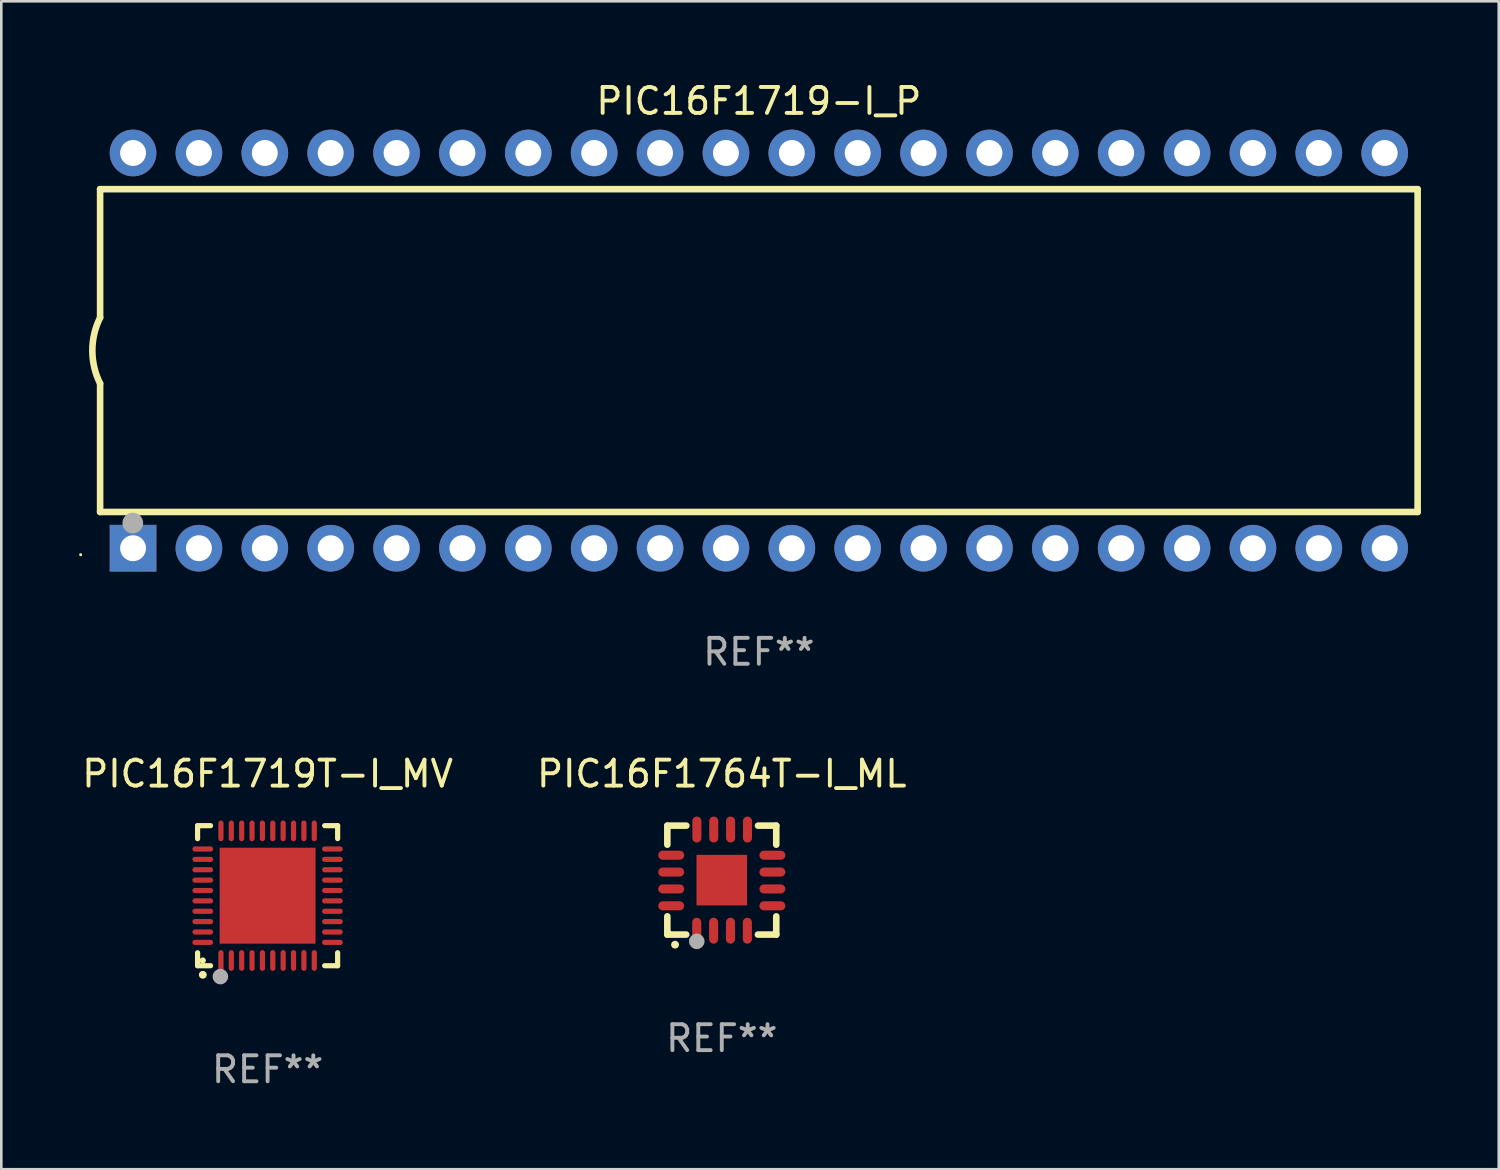
<source format=kicad_pcb>
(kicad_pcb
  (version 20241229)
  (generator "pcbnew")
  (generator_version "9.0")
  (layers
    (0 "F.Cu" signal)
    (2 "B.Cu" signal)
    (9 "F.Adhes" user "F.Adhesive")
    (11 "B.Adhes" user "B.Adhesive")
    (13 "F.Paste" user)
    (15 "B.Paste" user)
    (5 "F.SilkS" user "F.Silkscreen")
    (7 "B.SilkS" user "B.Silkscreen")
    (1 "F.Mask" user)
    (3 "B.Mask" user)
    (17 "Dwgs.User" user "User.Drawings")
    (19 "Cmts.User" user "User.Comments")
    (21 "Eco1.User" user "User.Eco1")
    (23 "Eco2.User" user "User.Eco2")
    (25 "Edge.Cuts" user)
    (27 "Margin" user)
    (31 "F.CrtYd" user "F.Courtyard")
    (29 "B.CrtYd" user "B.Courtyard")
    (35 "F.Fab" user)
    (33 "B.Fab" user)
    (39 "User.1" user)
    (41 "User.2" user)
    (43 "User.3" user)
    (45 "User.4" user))
  (footprint "PIC16F1719T-I_MV"
    (layer "F.Cu")
    (at 7.268 31.485)
    (property "Reference" "PIC16F1719T-I_MV" (at 0 -4.7 0) (layer "F.SilkS") (effects (font (size 1 1) (thickness 0.15))))
    (attr through_hole)
    (fp_line (start -2.7 -2.7) (end -2.7 -2.2) (stroke (width 0.2) (type solid)) (layer "F.SilkS"))
    (fp_line (start -2.7 2.7) (end -2.7 2.2) (stroke (width 0.2) (type solid)) (layer "F.SilkS"))
    (fp_line (start -2.2 -2.7) (end -2.7 -2.7) (stroke (width 0.2) (type solid)) (layer "F.SilkS"))
    (fp_line (start -2.2 2.7) (end -2.7 2.7) (stroke (width 0.2) (type solid)) (layer "F.SilkS"))
    (fp_line (start 2.7 -2.7) (end 2.2 -2.7) (stroke (width 0.2) (type solid)) (layer "F.SilkS"))
    (fp_line (start 2.7 -2.2) (end 2.7 -2.7) (stroke (width 0.2) (type solid)) (layer "F.SilkS"))
    (fp_line (start 2.7 2.2) (end 2.7 2.7) (stroke (width 0.2) (type solid)) (layer "F.SilkS"))
    (fp_line (start 2.7 2.7) (end 2.2 2.7) (stroke (width 0.2) (type solid)) (layer "F.SilkS"))
    (fp_arc (start -2.499365 3.050546) (mid -2.498095 3.050541) (end -2.496825 3.050546) (stroke (width 0.3) (type solid)) (layer "F.SilkS"))
    (fp_circle (center -2.5 2.5) (end -2.44 2.5) (stroke (width 0.12) (type solid)) (fill no) (layer "F.SilkS"))
    (fp_circle (center -1.82 3.12) (end -1.67 3.12) (stroke (width 0.3) (type solid)) (fill no) (layer "F.Fab"))
    (fp_text user "REF**" (at 0 6.7 0) (layer "F.Fab") (effects (font (size 1 1) (thickness 0.15))))
    (pad "1" smd oval (at -1.8 2.499) (size 0.2 0.8) (layers "F.Cu" "F.Mask" "F.Paste"))
    (pad "2" smd oval (at -1.4 2.499) (size 0.2 0.8) (layers "F.Cu" "F.Mask" "F.Paste"))
    (pad "3" smd oval (at -1 2.499) (size 0.2 0.8) (layers "F.Cu" "F.Mask" "F.Paste"))
    (pad "4" smd oval (at -0.6 2.499) (size 0.2 0.8) (layers "F.Cu" "F.Mask" "F.Paste"))
    (pad "5" smd oval (at -0.2 2.499) (size 0.2 0.8) (layers "F.Cu" "F.Mask" "F.Paste"))
    (pad "6" smd oval (at 0.2 2.499) (size 0.2 0.8) (layers "F.Cu" "F.Mask" "F.Paste"))
    (pad "7" smd oval (at 0.6 2.499) (size 0.2 0.8) (layers "F.Cu" "F.Mask" "F.Paste"))
    (pad "8" smd oval (at 1 2.499) (size 0.2 0.8) (layers "F.Cu" "F.Mask" "F.Paste"))
    (pad "9" smd oval (at 1.4 2.499) (size 0.2 0.8) (layers "F.Cu" "F.Mask" "F.Paste"))
    (pad "10" smd oval (at 1.8 2.499) (size 0.2 0.8) (layers "F.Cu" "F.Mask" "F.Paste"))
    (pad "11" smd oval (at 2.499 1.8) (size 0.8 0.2) (layers "F.Cu" "F.Mask" "F.Paste"))
    (pad "12" smd oval (at 2.499 1.4) (size 0.8 0.2) (layers "F.Cu" "F.Mask" "F.Paste"))
    (pad "13" smd oval (at 2.499 1) (size 0.8 0.2) (layers "F.Cu" "F.Mask" "F.Paste"))
    (pad "14" smd oval (at 2.499 0.6) (size 0.8 0.2) (layers "F.Cu" "F.Mask" "F.Paste"))
    (pad "15" smd oval (at 2.499 0.2) (size 0.8 0.2) (layers "F.Cu" "F.Mask" "F.Paste"))
    (pad "16" smd oval (at 2.499 -0.2) (size 0.8 0.2) (layers "F.Cu" "F.Mask" "F.Paste"))
    (pad "17" smd oval (at 2.499 -0.6) (size 0.8 0.2) (layers "F.Cu" "F.Mask" "F.Paste"))
    (pad "18" smd oval (at 2.499 -1) (size 0.8 0.2) (layers "F.Cu" "F.Mask" "F.Paste"))
    (pad "19" smd oval (at 2.499 -1.4) (size 0.8 0.2) (layers "F.Cu" "F.Mask" "F.Paste"))
    (pad "20" smd oval (at 2.499 -1.8) (size 0.8 0.2) (layers "F.Cu" "F.Mask" "F.Paste"))
    (pad "21" smd oval (at 1.8 -2.499) (size 0.2 0.8) (layers "F.Cu" "F.Mask" "F.Paste"))
    (pad "22" smd oval (at 1.4 -2.499) (size 0.2 0.8) (layers "F.Cu" "F.Mask" "F.Paste"))
    (pad "23" smd oval (at 1 -2.499) (size 0.2 0.8) (layers "F.Cu" "F.Mask" "F.Paste"))
    (pad "24" smd oval (at 0.6 -2.499) (size 0.2 0.8) (layers "F.Cu" "F.Mask" "F.Paste"))
    (pad "25" smd oval (at 0.2 -2.499) (size 0.2 0.8) (layers "F.Cu" "F.Mask" "F.Paste"))
    (pad "26" smd oval (at -0.2 -2.499) (size 0.2 0.8) (layers "F.Cu" "F.Mask" "F.Paste"))
    (pad "27" smd oval (at -0.6 -2.499) (size 0.2 0.8) (layers "F.Cu" "F.Mask" "F.Paste"))
    (pad "28" smd oval (at -1 -2.499) (size 0.2 0.8) (layers "F.Cu" "F.Mask" "F.Paste"))
    (pad "29" smd oval (at -1.4 -2.499) (size 0.2 0.8) (layers "F.Cu" "F.Mask" "F.Paste"))
    (pad "30" smd oval (at -1.8 -2.499) (size 0.2 0.8) (layers "F.Cu" "F.Mask" "F.Paste"))
    (pad "31" smd oval (at -2.499 -1.8) (size 0.8 0.2) (layers "F.Cu" "F.Mask" "F.Paste"))
    (pad "32" smd oval (at -2.499 -1.4) (size 0.8 0.2) (layers "F.Cu" "F.Mask" "F.Paste"))
    (pad "33" smd oval (at -2.499 -1) (size 0.8 0.2) (layers "F.Cu" "F.Mask" "F.Paste"))
    (pad "34" smd oval (at -2.499 -0.6) (size 0.8 0.2) (layers "F.Cu" "F.Mask" "F.Paste"))
    (pad "35" smd oval (at -2.499 -0.2) (size 0.8 0.2) (layers "F.Cu" "F.Mask" "F.Paste"))
    (pad "36" smd oval (at -2.499 0.2) (size 0.8 0.2) (layers "F.Cu" "F.Mask" "F.Paste"))
    (pad "37" smd oval (at -2.499 0.6) (size 0.8 0.2) (layers "F.Cu" "F.Mask" "F.Paste"))
    (pad "38" smd oval (at -2.499 1) (size 0.8 0.2) (layers "F.Cu" "F.Mask" "F.Paste"))
    (pad "39" smd oval (at -2.499 1.4) (size 0.8 0.2) (layers "F.Cu" "F.Mask" "F.Paste"))
    (pad "40" smd oval (at -2.499 1.8) (size 0.8 0.2) (layers "F.Cu" "F.Mask" "F.Paste"))
    (pad "41" smd rect (at 0 0) (size 3.7 3.7) (layers "F.Cu" "F.Mask" "F.Paste")))
  (footprint "PIC16F1719-I_P"
    (layer "F.Cu")
    (at 26.21 10.468)
    (property "Reference" "PIC16F1719-I_P" (at 0 -9.62 0) (layer "F.SilkS") (effects (font (size 1 1) (thickness 0.15))))
    (attr through_hole)
    (fp_line (start -25.4 -6.224) (end -25.4 -1.271) (stroke (width 0.254) (type solid)) (layer "F.SilkS"))
    (fp_line (start -25.4 -6.224) (end 25.4 -6.224) (stroke (width 0.254) (type solid)) (layer "F.SilkS"))
    (fp_line (start -25.4 1.269) (end -25.4 6.222) (stroke (width 0.254) (type solid)) (layer "F.SilkS"))
    (fp_line (start -25.4 6.222) (end 25.4 6.222) (stroke (width 0.254) (type solid)) (layer "F.SilkS"))
    (fp_line (start 25.4 6.222) (end 25.4 -6.224) (stroke (width 0.254) (type solid)) (layer "F.SilkS"))
    (fp_arc (start -25.4 1.269241) (mid -25.699807 -0.000762) (end -25.4 -1.270765) (stroke (width 0.254001) (type solid)) (layer "F.SilkS"))
    (fp_circle (center -26.15 7.87) (end -26.12 7.87) (stroke (width 0.06) (type solid)) (fill no) (layer "F.SilkS"))
    (fp_circle (center -24.14 6.65) (end -23.94 6.65) (stroke (width 0.4) (type solid)) (fill no) (layer "F.Fab"))
    (fp_text user "REF**" (at 0 11.62 0) (layer "F.Fab") (effects (font (size 1 1) (thickness 0.15))))
    (pad "1" thru_hole rect (at -24.13 7.62 90) (size 1.8 1.8) (drill 1) (layers "*.Cu" "*.Mask"))
    (pad "2" thru_hole circle (at -21.59 7.62) (size 1.8 1.8) (drill 1) (layers "*.Cu" "*.Mask"))
    (pad "3" thru_hole circle (at -19.05 7.62) (size 1.8 1.8) (drill 1) (layers "*.Cu" "*.Mask"))
    (pad "4" thru_hole circle (at -16.51 7.62) (size 1.8 1.8) (drill 1) (layers "*.Cu" "*.Mask"))
    (pad "5" thru_hole circle (at -13.97 7.62) (size 1.8 1.8) (drill 1) (layers "*.Cu" "*.Mask"))
    (pad "6" thru_hole circle (at -11.43 7.62) (size 1.8 1.8) (drill 1) (layers "*.Cu" "*.Mask"))
    (pad "7" thru_hole circle (at -8.89 7.62) (size 1.8 1.8) (drill 1) (layers "*.Cu" "*.Mask"))
    (pad "8" thru_hole circle (at -6.35 7.62) (size 1.8 1.8) (drill 1) (layers "*.Cu" "*.Mask"))
    (pad "9" thru_hole circle (at -3.81 7.62) (size 1.8 1.8) (drill 1) (layers "*.Cu" "*.Mask"))
    (pad "10" thru_hole circle (at -1.27 7.62) (size 1.8 1.8) (drill 1) (layers "*.Cu" "*.Mask"))
    (pad "11" thru_hole circle (at 1.27 7.62) (size 1.8 1.8) (drill 1) (layers "*.Cu" "*.Mask"))
    (pad "12" thru_hole circle (at 3.81 7.62) (size 1.8 1.8) (drill 1) (layers "*.Cu" "*.Mask"))
    (pad "13" thru_hole circle (at 6.35 7.62) (size 1.8 1.8) (drill 1) (layers "*.Cu" "*.Mask"))
    (pad "14" thru_hole circle (at 8.89 7.62) (size 1.8 1.8) (drill 1) (layers "*.Cu" "*.Mask"))
    (pad "15" thru_hole circle (at 11.43 7.62) (size 1.8 1.8) (drill 1) (layers "*.Cu" "*.Mask"))
    (pad "16" thru_hole circle (at 13.97 7.62) (size 1.8 1.8) (drill 1) (layers "*.Cu" "*.Mask"))
    (pad "17" thru_hole circle (at 16.51 7.62) (size 1.8 1.8) (drill 1) (layers "*.Cu" "*.Mask"))
    (pad "18" thru_hole circle (at 19.05 7.62) (size 1.8 1.8) (drill 1) (layers "*.Cu" "*.Mask"))
    (pad "19" thru_hole circle (at 21.59 7.62) (size 1.8 1.8) (drill 1) (layers "*.Cu" "*.Mask"))
    (pad "20" thru_hole circle (at 24.13 7.62) (size 1.8 1.8) (drill 1) (layers "*.Cu" "*.Mask"))
    (pad "21" thru_hole circle (at 24.13 -7.62) (size 1.8 1.8) (drill 1) (layers "*.Cu" "*.Mask"))
    (pad "22" thru_hole circle (at 21.59 -7.62) (size 1.8 1.8) (drill 1) (layers "*.Cu" "*.Mask"))
    (pad "23" thru_hole circle (at 19.05 -7.62) (size 1.8 1.8) (drill 1) (layers "*.Cu" "*.Mask"))
    (pad "24" thru_hole circle (at 16.51 -7.62) (size 1.8 1.8) (drill 1) (layers "*.Cu" "*.Mask"))
    (pad "25" thru_hole circle (at 13.97 -7.62) (size 1.8 1.8) (drill 1) (layers "*.Cu" "*.Mask"))
    (pad "26" thru_hole circle (at 11.43 -7.62) (size 1.8 1.8) (drill 1) (layers "*.Cu" "*.Mask"))
    (pad "27" thru_hole circle (at 8.89 -7.62) (size 1.8 1.8) (drill 1) (layers "*.Cu" "*.Mask"))
    (pad "28" thru_hole circle (at 6.35 -7.62) (size 1.8 1.8) (drill 1) (layers "*.Cu" "*.Mask"))
    (pad "29" thru_hole circle (at 3.81 -7.62) (size 1.8 1.8) (drill 1) (layers "*.Cu" "*.Mask"))
    (pad "30" thru_hole circle (at 1.27 -7.62) (size 1.8 1.8) (drill 1) (layers "*.Cu" "*.Mask"))
    (pad "31" thru_hole circle (at -1.27 -7.62) (size 1.8 1.8) (drill 1) (layers "*.Cu" "*.Mask"))
    (pad "32" thru_hole circle (at -3.81 -7.62) (size 1.8 1.8) (drill 1) (layers "*.Cu" "*.Mask"))
    (pad "33" thru_hole circle (at -6.35 -7.62) (size 1.8 1.8) (drill 1) (layers "*.Cu" "*.Mask"))
    (pad "34" thru_hole circle (at -8.89 -7.62) (size 1.8 1.8) (drill 1) (layers "*.Cu" "*.Mask"))
    (pad "35" thru_hole circle (at -11.43 -7.62) (size 1.8 1.8) (drill 1) (layers "*.Cu" "*.Mask"))
    (pad "36" thru_hole circle (at -13.97 -7.62) (size 1.8 1.8) (drill 1) (layers "*.Cu" "*.Mask"))
    (pad "37" thru_hole circle (at -16.51 -7.62) (size 1.8 1.8) (drill 1) (layers "*.Cu" "*.Mask"))
    (pad "38" thru_hole circle (at -19.05 -7.62) (size 1.8 1.8) (drill 1) (layers "*.Cu" "*.Mask"))
    (pad "39" thru_hole circle (at -21.59 -7.62) (size 1.8 1.8) (drill 1) (layers "*.Cu" "*.Mask"))
    (pad "40" thru_hole circle (at -24.13 -7.62) (size 1.8 1.8) (drill 1) (layers "*.Cu" "*.Mask")))
  (footprint "PIC16F1764T-I_ML"
    (layer "F.Cu")
    (at 24.78 30.885)
    (property "Reference" "PIC16F1764T-I_ML" (at 0 -4.1 0) (layer "F.SilkS") (effects (font (size 1 1) (thickness 0.15))))
    (attr through_hole)
    (fp_line (start -2.1 -2.1) (end -1.366 -2.1) (stroke (width 0.254) (type solid)) (layer "F.SilkS"))
    (fp_line (start -2.1 -1.366) (end -2.1 -2.1) (stroke (width 0.254) (type solid)) (layer "F.SilkS"))
    (fp_line (start -2.1 2.1) (end -2.1 1.397) (stroke (width 0.254) (type solid)) (layer "F.SilkS"))
    (fp_line (start -2.1 2.1) (end -1.371 2.1) (stroke (width 0.254) (type solid)) (layer "F.SilkS"))
    (fp_line (start 1.392 2.1) (end 2.1 2.1) (stroke (width 0.254) (type solid)) (layer "F.SilkS"))
    (fp_line (start 1.397 -2.1) (end 2.1 -2.1) (stroke (width 0.254) (type solid)) (layer "F.SilkS"))
    (fp_line (start 2.1 -1.366) (end 2.1 -2.1) (stroke (width 0.254) (type solid)) (layer "F.SilkS"))
    (fp_line (start 2.1 2.1) (end 2.1 1.397) (stroke (width 0.254) (type solid)) (layer "F.SilkS"))
    (fp_arc (start -1.803404 2.489205) (mid -1.802134 2.4892) (end -1.800864 2.489205) (stroke (width 0.3) (type solid)) (layer "F.SilkS"))
    (fp_circle (center -2 2) (end -1.97 2) (stroke (width 0.06) (type solid)) (fill no) (layer "F.SilkS"))
    (fp_circle (center -0.965 2.362) (end -0.815 2.362) (stroke (width 0.3) (type solid)) (fill no) (layer "F.Fab"))
    (fp_text user "REF**" (at 0 6.1 0) (layer "F.Fab") (effects (font (size 1 1) (thickness 0.15))))
    (pad "1" smd oval (at -0.965 1.95) (size 0.35 1) (layers "F.Cu" "F.Mask" "F.Paste"))
    (pad "2" smd oval (at -0.315 1.95) (size 0.35 1) (layers "F.Cu" "F.Mask" "F.Paste"))
    (pad "3" smd oval (at 0.335 1.95) (size 0.35 1) (layers "F.Cu" "F.Mask" "F.Paste"))
    (pad "4" smd oval (at 0.986 1.95) (size 0.35 1) (layers "F.Cu" "F.Mask" "F.Paste"))
    (pad "5" smd oval (at 1.95 0.991) (size 1 0.35) (layers "F.Cu" "F.Mask" "F.Paste"))
    (pad "6" smd oval (at 1.95 0.34) (size 1 0.35) (layers "F.Cu" "F.Mask" "F.Paste"))
    (pad "7" smd oval (at 1.95 -0.31) (size 1 0.35) (layers "F.Cu" "F.Mask" "F.Paste"))
    (pad "8" smd oval (at 1.95 -0.96) (size 1 0.35) (layers "F.Cu" "F.Mask" "F.Paste"))
    (pad "9" smd oval (at 0.991 -1.95) (size 0.35 1) (layers "F.Cu" "F.Mask" "F.Paste"))
    (pad "10" smd oval (at 0.34 -1.95) (size 0.35 1) (layers "F.Cu" "F.Mask" "F.Paste"))
    (pad "11" smd oval (at -0.31 -1.95) (size 0.35 1) (layers "F.Cu" "F.Mask" "F.Paste"))
    (pad "12" smd oval (at -0.96 -1.95) (size 0.35 1) (layers "F.Cu" "F.Mask" "F.Paste"))
    (pad "13" smd oval (at -1.95 -0.96) (size 1 0.35) (layers "F.Cu" "F.Mask" "F.Paste"))
    (pad "14" smd oval (at -1.95 -0.31) (size 1 0.35) (layers "F.Cu" "F.Mask" "F.Paste"))
    (pad "15" smd oval (at -1.95 0.34) (size 1 0.35) (layers "F.Cu" "F.Mask" "F.Paste"))
    (pad "16" smd oval (at -1.95 0.991) (size 1 0.35) (layers "F.Cu" "F.Mask" "F.Paste"))
    (pad "17" smd rect (at 0 0) (size 1.95 1.95) (layers "F.Cu" "F.Mask" "F.Paste")))
  (gr_rect
    (start -3 -3)
    (end 54.737 42.033)
    (stroke (width 0.1) (type default))
    (fill no)
    (layer "Edge.Cuts")))
</source>
